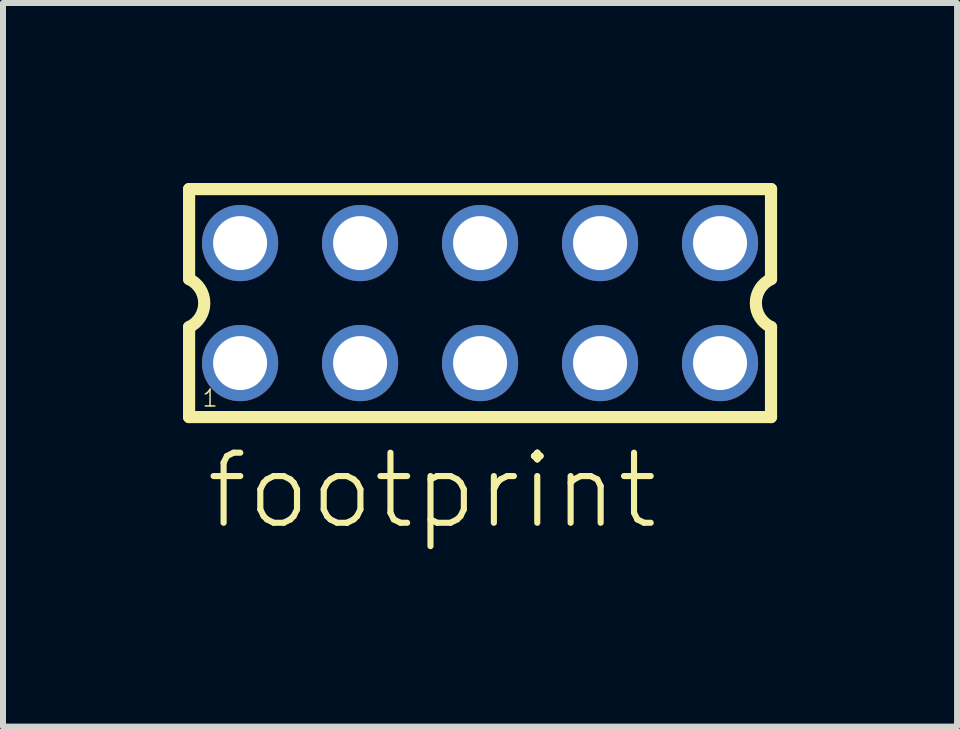
<source format=kicad_pcb>
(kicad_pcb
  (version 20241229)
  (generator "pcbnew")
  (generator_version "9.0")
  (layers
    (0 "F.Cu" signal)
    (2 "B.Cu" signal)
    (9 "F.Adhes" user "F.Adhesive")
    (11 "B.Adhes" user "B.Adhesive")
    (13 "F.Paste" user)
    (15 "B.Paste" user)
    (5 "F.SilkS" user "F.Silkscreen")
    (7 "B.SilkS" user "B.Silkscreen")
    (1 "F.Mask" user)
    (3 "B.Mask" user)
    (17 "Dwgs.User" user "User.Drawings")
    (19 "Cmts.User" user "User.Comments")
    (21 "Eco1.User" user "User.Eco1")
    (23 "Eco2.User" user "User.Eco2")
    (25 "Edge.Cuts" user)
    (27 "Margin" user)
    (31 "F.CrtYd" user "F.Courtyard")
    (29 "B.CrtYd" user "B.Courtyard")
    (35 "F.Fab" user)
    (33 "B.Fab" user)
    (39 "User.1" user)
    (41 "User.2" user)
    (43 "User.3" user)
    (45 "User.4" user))
  (footprint "footprint"
    (layer "F.Cu")
    (at 4.952 2.002)
    (property "Reference" "footprint" (at -4.62 3.81 0) (layer "F.SilkS") (effects (font (size 1.168 1.168) (thickness 0.102)) (justify left bottom)))
    (fp_line (start -4.85 -1.9) (end -4.85 -0.4) (stroke (width 0.203) (type solid)) (layer "F.SilkS"))
    (fp_line (start -4.85 0.4) (end -4.85 1.9) (stroke (width 0.203) (type solid)) (layer "F.SilkS"))
    (fp_line (start -4.85 1.9) (end 4.85 1.9) (stroke (width 0.203) (type solid)) (layer "F.SilkS"))
    (fp_line (start 4.85 -1.9) (end -4.85 -1.9) (stroke (width 0.203) (type solid)) (layer "F.SilkS"))
    (fp_line (start 4.85 -0.4) (end 4.85 -1.9) (stroke (width 0.203) (type solid)) (layer "F.SilkS"))
    (fp_line (start 4.85 1.9) (end 4.85 0.4) (stroke (width 0.203) (type solid)) (layer "F.SilkS"))
    (fp_arc (start -4.85 -0.4) (mid -4.597168 -0.000001) (end -4.849998 0.399999) (stroke (width 0.2032) (type solid)) (layer "F.SilkS"))
    (fp_arc (start 4.85 0.4) (mid 4.597168 0.000001) (end 4.849998 -0.399999) (stroke (width 0.2032) (type solid)) (layer "F.SilkS"))
    (fp_poly (pts (xy -4.25 -0.75) (xy -3.75 -0.75) (xy -3.75 -1.25) (xy -4.25 -1.25)) (stroke (width 0.1) (type solid)) (fill no) (layer "F.Fab"))
    (fp_poly (pts (xy -4.25 1.25) (xy -3.75 1.25) (xy -3.75 0.75) (xy -4.25 0.75)) (stroke (width 0.1) (type solid)) (fill no) (layer "F.Fab"))
    (fp_poly (pts (xy -2.25 -0.75) (xy -1.75 -0.75) (xy -1.75 -1.25) (xy -2.25 -1.25)) (stroke (width 0.1) (type solid)) (fill no) (layer "F.Fab"))
    (fp_poly (pts (xy -2.25 1.25) (xy -1.75 1.25) (xy -1.75 0.75) (xy -2.25 0.75)) (stroke (width 0.1) (type solid)) (fill no) (layer "F.Fab"))
    (fp_poly (pts (xy -0.25 -0.75) (xy 0.25 -0.75) (xy 0.25 -1.25) (xy -0.25 -1.25)) (stroke (width 0.1) (type solid)) (fill no) (layer "F.Fab"))
    (fp_poly (pts (xy -0.25 1.25) (xy 0.25 1.25) (xy 0.25 0.75) (xy -0.25 0.75)) (stroke (width 0.1) (type solid)) (fill no) (layer "F.Fab"))
    (fp_poly (pts (xy 1.75 -0.75) (xy 2.25 -0.75) (xy 2.25 -1.25) (xy 1.75 -1.25)) (stroke (width 0.1) (type solid)) (fill no) (layer "F.Fab"))
    (fp_poly (pts (xy 1.75 1.25) (xy 2.25 1.25) (xy 2.25 0.75) (xy 1.75 0.75)) (stroke (width 0.1) (type solid)) (fill no) (layer "F.Fab"))
    (fp_poly (pts (xy 3.75 -0.75) (xy 4.25 -0.75) (xy 4.25 -1.25) (xy 3.75 -1.25)) (stroke (width 0.1) (type solid)) (fill no) (layer "F.Fab"))
    (fp_poly (pts (xy 3.75 1.25) (xy 4.25 1.25) (xy 4.25 0.75) (xy 3.75 0.75)) (stroke (width 0.1) (type solid)) (fill no) (layer "F.Fab"))
    (fp_text user "1" (at -4.65 1.75 0) (layer "F.SilkS") (effects (font (size 0.28 0.28) (thickness 0.024)) (justify left bottom)))
    (pad "1" thru_hole circle (at -4 1) (size 1.27 1.27) (drill 0.9) (layers "*.Cu" "*.Mask"))
    (pad "2" thru_hole circle (at -4 -1) (size 1.27 1.27) (drill 0.9) (layers "*.Cu" "*.Mask"))
    (pad "3" thru_hole circle (at -2 1) (size 1.27 1.27) (drill 0.9) (layers "*.Cu" "*.Mask"))
    (pad "4" thru_hole circle (at -2 -1) (size 1.27 1.27) (drill 0.9) (layers "*.Cu" "*.Mask"))
    (pad "5" thru_hole circle (at 0 1) (size 1.27 1.27) (drill 0.9) (layers "*.Cu" "*.Mask"))
    (pad "6" thru_hole circle (at 0 -1) (size 1.27 1.27) (drill 0.9) (layers "*.Cu" "*.Mask"))
    (pad "7" thru_hole circle (at 2 1) (size 1.27 1.27) (drill 0.9) (layers "*.Cu" "*.Mask"))
    (pad "8" thru_hole circle (at 2 -1) (size 1.27 1.27) (drill 0.9) (layers "*.Cu" "*.Mask"))
    (pad "9" thru_hole circle (at 4 1) (size 1.27 1.27) (drill 0.9) (layers "*.Cu" "*.Mask"))
    (pad "10" thru_hole circle (at 4 -1) (size 1.27 1.27) (drill 0.9) (layers "*.Cu" "*.Mask")))
  (gr_rect
    (start -3 -3)
    (end 12.903 9.062)
    (stroke (width 0.1) (type default))
    (fill no)
    (layer "Edge.Cuts")))
</source>
